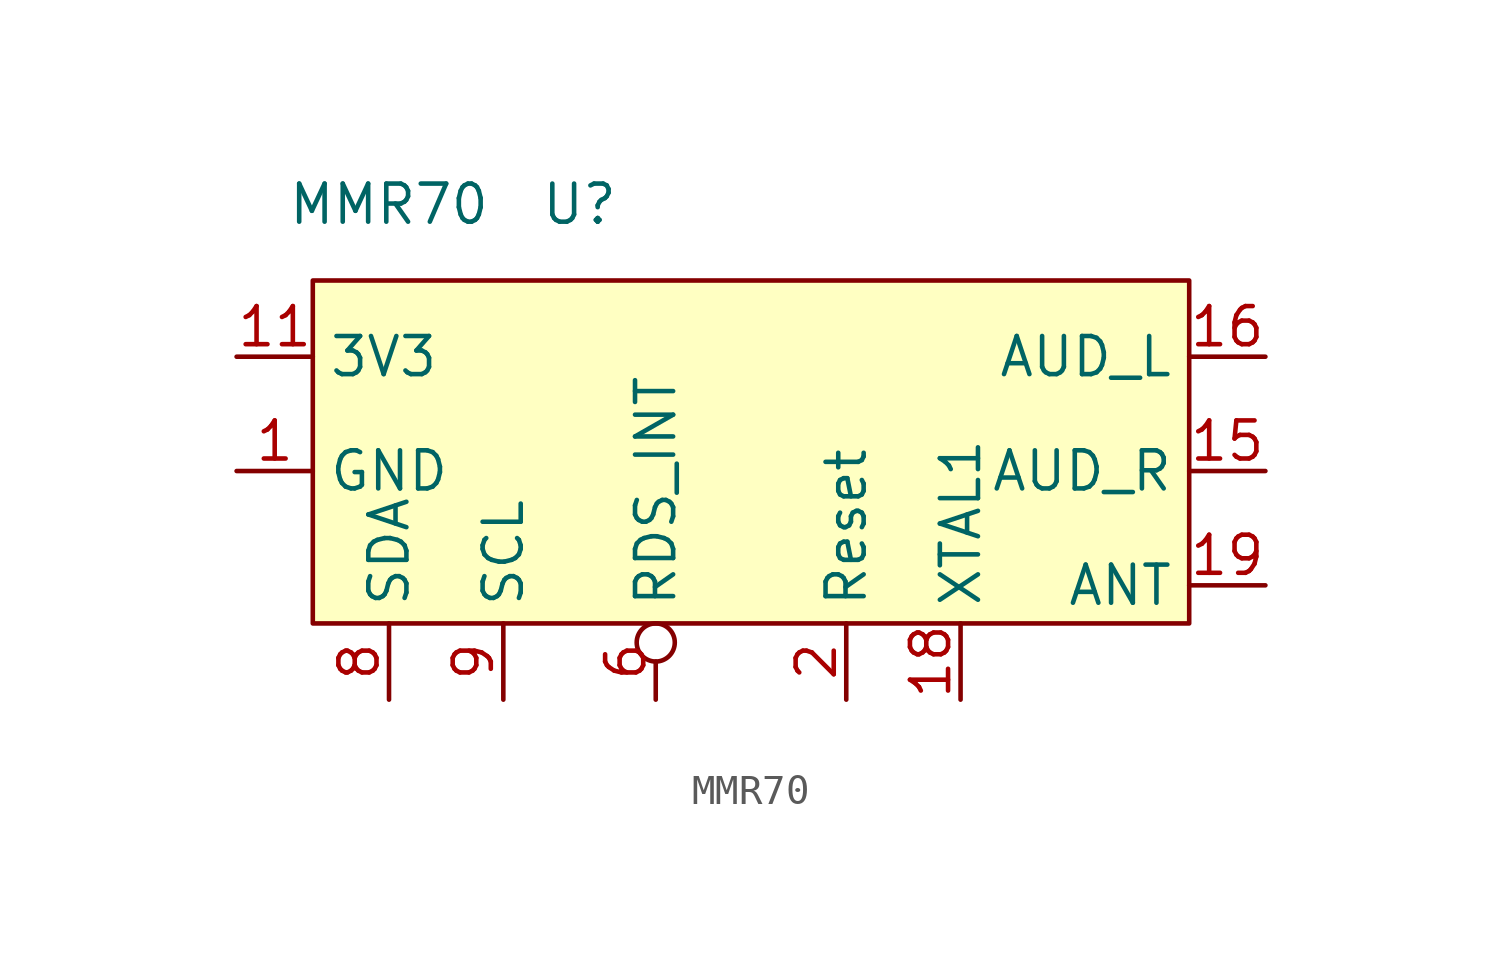
<source format=kicad_sym>
(kicad_symbol_lib
  (version 20211014)
  (generator kicad_symbol_editor)
  (symbol "MMR70"
    (property "Reference" "U"
      (at 13.97 -3.81 0)
      (effects (font (size 1.27 1.27))))
    (property "Value" "MMR70"
      (at 7.62 -3.81 0)
      (effects (font (size 1.27 1.27))))
    (symbol "MMR70_0_1"
      (rectangle (start 5.08 -6.35) (end 34.29 -17.78) (stroke (width 0) (type default) (color 0 0 0 0)) (fill (type background))))
    (symbol "MMR70_1_1"
      (pin power_in line (at 2.54 -12.7 0) (length 2.54) (name "GND" (effects (font (size 1.27 1.27)))) (number "1" (effects (font (size 1.27 1.27)))))
      (pin power_in line (at 2.54 -8.89 0) (length 2.54) (name "3V3" (effects (font (size 1.27 1.27)))) (number "11" (effects (font (size 1.27 1.27)))))
      (pin input line (at 36.83 -12.7 180) (length 2.54) (name "AUD_R" (effects (font (size 1.27 1.27)))) (number "15" (effects (font (size 1.27 1.27)))))
      (pin input line (at 36.83 -8.89 180) (length 2.54) (name "AUD_L" (effects (font (size 1.27 1.27)))) (number "16" (effects (font (size 1.27 1.27)))))
      (pin input line (at 26.67 -20.32 90) (length 2.54) (name "XTAL1" (effects (font (size 1.27 1.27)))) (number "18" (effects (font (size 1.27 1.27)))))
      (pin output line (at 36.83 -16.51 180) (length 2.54) (name "ANT" (effects (font (size 1.27 1.27)))) (number "19" (effects (font (size 1.27 1.27)))))
      (pin input line (at 22.86 -20.32 90) (length 2.54) (name "Reset" (effects (font (size 1.27 1.27)))) (number "2" (effects (font (size 1.27 1.27)))))
      (pin output inverted (at 16.51 -20.32 90) (length 2.54) (name "RDS_INT" (effects (font (size 1.27 1.27)))) (number "6" (effects (font (size 1.27 1.27)))))
      (pin input line (at 7.62 -20.32 90) (length 2.54) (name "SDA" (effects (font (size 1.27 1.27)))) (number "8" (effects (font (size 1.27 1.27)))))
      (pin input line (at 11.43 -20.32 90) (length 2.54) (name "SCL" (effects (font (size 1.27 1.27)))) (number "9" (effects (font (size 1.27 1.27))))))))
</source>
